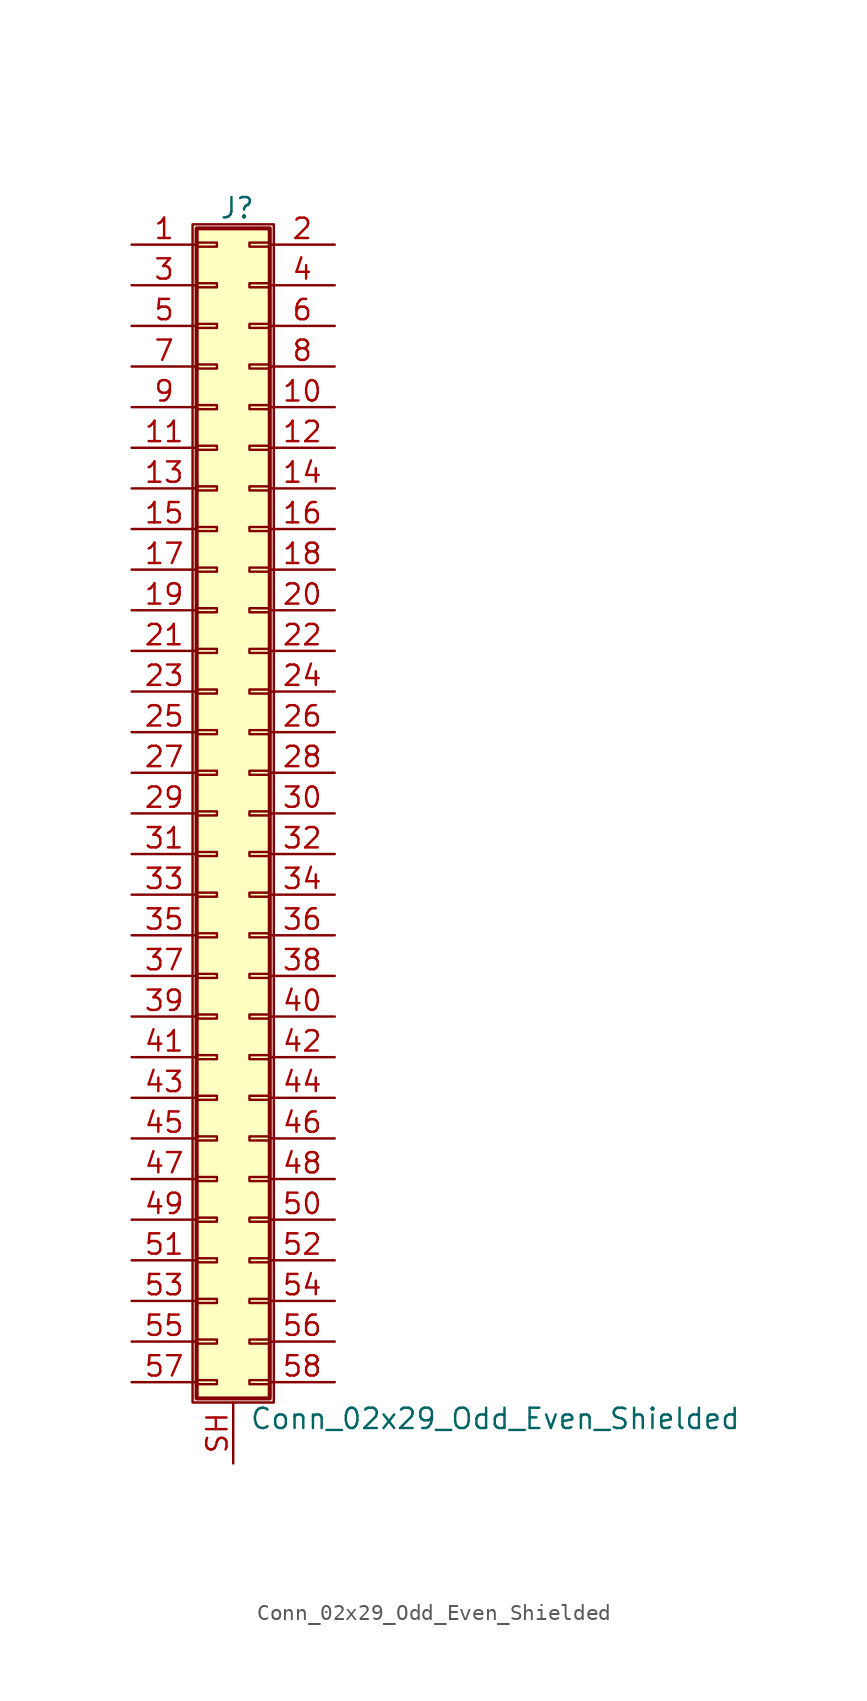
<source format=kicad_sym>
(kicad_symbol_lib
  (version 20201005)
  (generator kicad_symbol_editor)
  (symbol "Connector_Generic_Shielded:Conn_02x29_Odd_Even_Shielded"
    (pin_names
      (offset 1.016) hide)
    (property "Reference" "J"
      (at 1.524 37.846 0)
      (effects (font (size 1.27 1.27))))
    (property "Value" "Conn_02x29_Odd_Even_Shielded"
      (at 2.286 -37.846 0)
      (effects (font (size 1.27 1.27)) (justify left)))
    (symbol "Conn_02x29_Odd_Even_Shielded_1_1"
      (rectangle (start -1.016 -27.813) (end 0.254 -28.067) (stroke (width 0.152)) (fill (type none)))
      (rectangle (start -1.016 -30.353) (end 0.254 -30.607) (stroke (width 0.152)) (fill (type none)))
      (rectangle (start -1.016 -32.893) (end 0.254 -33.147) (stroke (width 0.152)) (fill (type none)))
      (rectangle (start -1.016 -35.433) (end 0.254 -35.687) (stroke (width 0.152)) (fill (type none)))
      (rectangle (start -1.016 -4.953) (end 0.254 -5.207) (stroke (width 0.152)) (fill (type none)))
      (rectangle (start -1.016 -7.493) (end 0.254 -7.747) (stroke (width 0.152)) (fill (type none)))
      (rectangle (start -1.016 -10.033) (end 0.254 -10.287) (stroke (width 0.152)) (fill (type none)))
      (rectangle (start -1.016 -12.573) (end 0.254 -12.827) (stroke (width 0.152)) (fill (type none)))
      (rectangle (start -1.016 -15.113) (end 0.254 -15.367) (stroke (width 0.152)) (fill (type none)))
      (rectangle (start -1.016 -17.653) (end 0.254 -17.907) (stroke (width 0.152)) (fill (type none)))
      (rectangle (start -1.016 -20.193) (end 0.254 -20.447) (stroke (width 0.152)) (fill (type none)))
      (rectangle (start -1.016 -22.733) (end 0.254 -22.987) (stroke (width 0.152)) (fill (type none)))
      (rectangle (start -1.016 -2.413) (end 0.254 -2.667) (stroke (width 0.152)) (fill (type none)))
      (rectangle (start -1.016 -25.273) (end 0.254 -25.527) (stroke (width 0.152)) (fill (type none)))
      (rectangle (start -1.016 25.527) (end 0.254 25.273) (stroke (width 0.152)) (fill (type none)))
      (rectangle (start -1.016 2.667) (end 0.254 2.413) (stroke (width 0.152)) (fill (type none)))
      (rectangle (start -1.016 28.067) (end 0.254 27.813) (stroke (width 0.152)) (fill (type none)))
      (rectangle (start -1.016 30.607) (end 0.254 30.353) (stroke (width 0.152)) (fill (type none)))
      (rectangle (start -1.016 33.147) (end 0.254 32.893) (stroke (width 0.152)) (fill (type none)))
      (rectangle (start -1.016 35.687) (end 0.254 35.433) (stroke (width 0.152)) (fill (type none)))
      (rectangle (start -1.016 36.576) (end 3.556 -36.576) (stroke (width 0.254)) (fill (type background)))
      (rectangle (start -1.016 5.207) (end 0.254 4.953) (stroke (width 0.152)) (fill (type none)))
      (rectangle (start -1.016 7.747) (end 0.254 7.493) (stroke (width 0.152)) (fill (type none)))
      (rectangle (start -1.016 10.287) (end 0.254 10.033) (stroke (width 0.152)) (fill (type none)))
      (rectangle (start -1.016 0.127) (end 0.254 -0.127) (stroke (width 0.152)) (fill (type none)))
      (rectangle (start -1.016 12.827) (end 0.254 12.573) (stroke (width 0.152)) (fill (type none)))
      (rectangle (start -1.016 15.367) (end 0.254 15.113) (stroke (width 0.152)) (fill (type none)))
      (rectangle (start -1.016 17.907) (end 0.254 17.653) (stroke (width 0.152)) (fill (type none)))
      (rectangle (start -1.016 20.447) (end 0.254 20.193) (stroke (width 0.152)) (fill (type none)))
      (rectangle (start -1.016 22.987) (end 0.254 22.733) (stroke (width 0.152)) (fill (type none)))
      (rectangle (start -1.27 36.83) (end 3.81 -36.83) (stroke (width 0.152)) (fill (type none)))
      (rectangle (start 3.556 -27.813) (end 2.286 -28.067) (stroke (width 0.152)) (fill (type none)))
      (rectangle (start 3.556 -30.353) (end 2.286 -30.607) (stroke (width 0.152)) (fill (type none)))
      (rectangle (start 3.556 -32.893) (end 2.286 -33.147) (stroke (width 0.152)) (fill (type none)))
      (rectangle (start 3.556 -35.433) (end 2.286 -35.687) (stroke (width 0.152)) (fill (type none)))
      (rectangle (start 3.556 -4.953) (end 2.286 -5.207) (stroke (width 0.152)) (fill (type none)))
      (rectangle (start 3.556 -7.493) (end 2.286 -7.747) (stroke (width 0.152)) (fill (type none)))
      (rectangle (start 3.556 -10.033) (end 2.286 -10.287) (stroke (width 0.152)) (fill (type none)))
      (rectangle (start 3.556 -12.573) (end 2.286 -12.827) (stroke (width 0.152)) (fill (type none)))
      (rectangle (start 3.556 -15.113) (end 2.286 -15.367) (stroke (width 0.152)) (fill (type none)))
      (rectangle (start 3.556 -17.653) (end 2.286 -17.907) (stroke (width 0.152)) (fill (type none)))
      (rectangle (start 3.556 -20.193) (end 2.286 -20.447) (stroke (width 0.152)) (fill (type none)))
      (rectangle (start 3.556 -22.733) (end 2.286 -22.987) (stroke (width 0.152)) (fill (type none)))
      (rectangle (start 3.556 -2.413) (end 2.286 -2.667) (stroke (width 0.152)) (fill (type none)))
      (rectangle (start 3.556 -25.273) (end 2.286 -25.527) (stroke (width 0.152)) (fill (type none)))
      (rectangle (start 3.556 25.527) (end 2.286 25.273) (stroke (width 0.152)) (fill (type none)))
      (rectangle (start 3.556 2.667) (end 2.286 2.413) (stroke (width 0.152)) (fill (type none)))
      (rectangle (start 3.556 28.067) (end 2.286 27.813) (stroke (width 0.152)) (fill (type none)))
      (rectangle (start 3.556 30.607) (end 2.286 30.353) (stroke (width 0.152)) (fill (type none)))
      (rectangle (start 3.556 33.147) (end 2.286 32.893) (stroke (width 0.152)) (fill (type none)))
      (rectangle (start 3.556 35.687) (end 2.286 35.433) (stroke (width 0.152)) (fill (type none)))
      (rectangle (start 3.556 5.207) (end 2.286 4.953) (stroke (width 0.152)) (fill (type none)))
      (rectangle (start 3.556 7.747) (end 2.286 7.493) (stroke (width 0.152)) (fill (type none)))
      (rectangle (start 3.556 10.287) (end 2.286 10.033) (stroke (width 0.152)) (fill (type none)))
      (rectangle (start 3.556 0.127) (end 2.286 -0.127) (stroke (width 0.152)) (fill (type none)))
      (rectangle (start 3.556 12.827) (end 2.286 12.573) (stroke (width 0.152)) (fill (type none)))
      (rectangle (start 3.556 15.367) (end 2.286 15.113) (stroke (width 0.152)) (fill (type none)))
      (rectangle (start 3.556 17.907) (end 2.286 17.653) (stroke (width 0.152)) (fill (type none)))
      (rectangle (start 3.556 20.447) (end 2.286 20.193) (stroke (width 0.152)) (fill (type none)))
      (rectangle (start 3.556 22.987) (end 2.286 22.733) (stroke (width 0.152)) (fill (type none)))
      (pin passive line (at -5.08 35.56 0) (length 4.064) (name "Pin_1" (effects (font (size 1.27 1.27)))) (number "1" (effects (font (size 1.27 1.27)))))
      (pin passive line (at 7.62 25.4 180) (length 4.064) (name "Pin_10" (effects (font (size 1.27 1.27)))) (number "10" (effects (font (size 1.27 1.27)))))
      (pin passive line (at -5.08 22.86 0) (length 4.064) (name "Pin_11" (effects (font (size 1.27 1.27)))) (number "11" (effects (font (size 1.27 1.27)))))
      (pin passive line (at 7.62 22.86 180) (length 4.064) (name "Pin_12" (effects (font (size 1.27 1.27)))) (number "12" (effects (font (size 1.27 1.27)))))
      (pin passive line (at -5.08 20.32 0) (length 4.064) (name "Pin_13" (effects (font (size 1.27 1.27)))) (number "13" (effects (font (size 1.27 1.27)))))
      (pin passive line (at 7.62 20.32 180) (length 4.064) (name "Pin_14" (effects (font (size 1.27 1.27)))) (number "14" (effects (font (size 1.27 1.27)))))
      (pin passive line (at -5.08 17.78 0) (length 4.064) (name "Pin_15" (effects (font (size 1.27 1.27)))) (number "15" (effects (font (size 1.27 1.27)))))
      (pin passive line (at 7.62 17.78 180) (length 4.064) (name "Pin_16" (effects (font (size 1.27 1.27)))) (number "16" (effects (font (size 1.27 1.27)))))
      (pin passive line (at -5.08 15.24 0) (length 4.064) (name "Pin_17" (effects (font (size 1.27 1.27)))) (number "17" (effects (font (size 1.27 1.27)))))
      (pin passive line (at 7.62 15.24 180) (length 4.064) (name "Pin_18" (effects (font (size 1.27 1.27)))) (number "18" (effects (font (size 1.27 1.27)))))
      (pin passive line (at -5.08 12.7 0) (length 4.064) (name "Pin_19" (effects (font (size 1.27 1.27)))) (number "19" (effects (font (size 1.27 1.27)))))
      (pin passive line (at 7.62 35.56 180) (length 4.064) (name "Pin_2" (effects (font (size 1.27 1.27)))) (number "2" (effects (font (size 1.27 1.27)))))
      (pin passive line (at 7.62 12.7 180) (length 4.064) (name "Pin_20" (effects (font (size 1.27 1.27)))) (number "20" (effects (font (size 1.27 1.27)))))
      (pin passive line (at -5.08 10.16 0) (length 4.064) (name "Pin_21" (effects (font (size 1.27 1.27)))) (number "21" (effects (font (size 1.27 1.27)))))
      (pin passive line (at 7.62 10.16 180) (length 4.064) (name "Pin_22" (effects (font (size 1.27 1.27)))) (number "22" (effects (font (size 1.27 1.27)))))
      (pin passive line (at -5.08 7.62 0) (length 4.064) (name "Pin_23" (effects (font (size 1.27 1.27)))) (number "23" (effects (font (size 1.27 1.27)))))
      (pin passive line (at 7.62 7.62 180) (length 4.064) (name "Pin_24" (effects (font (size 1.27 1.27)))) (number "24" (effects (font (size 1.27 1.27)))))
      (pin passive line (at -5.08 5.08 0) (length 4.064) (name "Pin_25" (effects (font (size 1.27 1.27)))) (number "25" (effects (font (size 1.27 1.27)))))
      (pin passive line (at 7.62 5.08 180) (length 4.064) (name "Pin_26" (effects (font (size 1.27 1.27)))) (number "26" (effects (font (size 1.27 1.27)))))
      (pin passive line (at -5.08 2.54 0) (length 4.064) (name "Pin_27" (effects (font (size 1.27 1.27)))) (number "27" (effects (font (size 1.27 1.27)))))
      (pin passive line (at 7.62 2.54 180) (length 4.064) (name "Pin_28" (effects (font (size 1.27 1.27)))) (number "28" (effects (font (size 1.27 1.27)))))
      (pin passive line (at -5.08 0 0) (length 4.064) (name "Pin_29" (effects (font (size 1.27 1.27)))) (number "29" (effects (font (size 1.27 1.27)))))
      (pin passive line (at -5.08 33.02 0) (length 4.064) (name "Pin_3" (effects (font (size 1.27 1.27)))) (number "3" (effects (font (size 1.27 1.27)))))
      (pin passive line (at 7.62 0 180) (length 4.064) (name "Pin_30" (effects (font (size 1.27 1.27)))) (number "30" (effects (font (size 1.27 1.27)))))
      (pin passive line (at -5.08 -2.54 0) (length 4.064) (name "Pin_31" (effects (font (size 1.27 1.27)))) (number "31" (effects (font (size 1.27 1.27)))))
      (pin passive line (at 7.62 -2.54 180) (length 4.064) (name "Pin_32" (effects (font (size 1.27 1.27)))) (number "32" (effects (font (size 1.27 1.27)))))
      (pin passive line (at -5.08 -5.08 0) (length 4.064) (name "Pin_33" (effects (font (size 1.27 1.27)))) (number "33" (effects (font (size 1.27 1.27)))))
      (pin passive line (at 7.62 -5.08 180) (length 4.064) (name "Pin_34" (effects (font (size 1.27 1.27)))) (number "34" (effects (font (size 1.27 1.27)))))
      (pin passive line (at -5.08 -7.62 0) (length 4.064) (name "Pin_35" (effects (font (size 1.27 1.27)))) (number "35" (effects (font (size 1.27 1.27)))))
      (pin passive line (at 7.62 -7.62 180) (length 4.064) (name "Pin_36" (effects (font (size 1.27 1.27)))) (number "36" (effects (font (size 1.27 1.27)))))
      (pin passive line (at -5.08 -10.16 0) (length 4.064) (name "Pin_37" (effects (font (size 1.27 1.27)))) (number "37" (effects (font (size 1.27 1.27)))))
      (pin passive line (at 7.62 -10.16 180) (length 4.064) (name "Pin_38" (effects (font (size 1.27 1.27)))) (number "38" (effects (font (size 1.27 1.27)))))
      (pin passive line (at -5.08 -12.7 0) (length 4.064) (name "Pin_39" (effects (font (size 1.27 1.27)))) (number "39" (effects (font (size 1.27 1.27)))))
      (pin passive line (at 7.62 33.02 180) (length 4.064) (name "Pin_4" (effects (font (size 1.27 1.27)))) (number "4" (effects (font (size 1.27 1.27)))))
      (pin passive line (at 7.62 -12.7 180) (length 4.064) (name "Pin_40" (effects (font (size 1.27 1.27)))) (number "40" (effects (font (size 1.27 1.27)))))
      (pin passive line (at -5.08 -15.24 0) (length 4.064) (name "Pin_41" (effects (font (size 1.27 1.27)))) (number "41" (effects (font (size 1.27 1.27)))))
      (pin passive line (at 7.62 -15.24 180) (length 4.064) (name "Pin_42" (effects (font (size 1.27 1.27)))) (number "42" (effects (font (size 1.27 1.27)))))
      (pin passive line (at -5.08 -17.78 0) (length 4.064) (name "Pin_43" (effects (font (size 1.27 1.27)))) (number "43" (effects (font (size 1.27 1.27)))))
      (pin passive line (at 7.62 -17.78 180) (length 4.064) (name "Pin_44" (effects (font (size 1.27 1.27)))) (number "44" (effects (font (size 1.27 1.27)))))
      (pin passive line (at -5.08 -20.32 0) (length 4.064) (name "Pin_45" (effects (font (size 1.27 1.27)))) (number "45" (effects (font (size 1.27 1.27)))))
      (pin passive line (at 7.62 -20.32 180) (length 4.064) (name "Pin_46" (effects (font (size 1.27 1.27)))) (number "46" (effects (font (size 1.27 1.27)))))
      (pin passive line (at -5.08 -22.86 0) (length 4.064) (name "Pin_47" (effects (font (size 1.27 1.27)))) (number "47" (effects (font (size 1.27 1.27)))))
      (pin passive line (at 7.62 -22.86 180) (length 4.064) (name "Pin_48" (effects (font (size 1.27 1.27)))) (number "48" (effects (font (size 1.27 1.27)))))
      (pin passive line (at -5.08 -25.4 0) (length 4.064) (name "Pin_49" (effects (font (size 1.27 1.27)))) (number "49" (effects (font (size 1.27 1.27)))))
      (pin passive line (at -5.08 30.48 0) (length 4.064) (name "Pin_5" (effects (font (size 1.27 1.27)))) (number "5" (effects (font (size 1.27 1.27)))))
      (pin passive line (at 7.62 -25.4 180) (length 4.064) (name "Pin_50" (effects (font (size 1.27 1.27)))) (number "50" (effects (font (size 1.27 1.27)))))
      (pin passive line (at -5.08 -27.94 0) (length 4.064) (name "Pin_51" (effects (font (size 1.27 1.27)))) (number "51" (effects (font (size 1.27 1.27)))))
      (pin passive line (at 7.62 -27.94 180) (length 4.064) (name "Pin_52" (effects (font (size 1.27 1.27)))) (number "52" (effects (font (size 1.27 1.27)))))
      (pin passive line (at -5.08 -30.48 0) (length 4.064) (name "Pin_53" (effects (font (size 1.27 1.27)))) (number "53" (effects (font (size 1.27 1.27)))))
      (pin passive line (at 7.62 -30.48 180) (length 4.064) (name "Pin_54" (effects (font (size 1.27 1.27)))) (number "54" (effects (font (size 1.27 1.27)))))
      (pin passive line (at -5.08 -33.02 0) (length 4.064) (name "Pin_55" (effects (font (size 1.27 1.27)))) (number "55" (effects (font (size 1.27 1.27)))))
      (pin passive line (at 7.62 -33.02 180) (length 4.064) (name "Pin_56" (effects (font (size 1.27 1.27)))) (number "56" (effects (font (size 1.27 1.27)))))
      (pin passive line (at -5.08 -35.56 0) (length 4.064) (name "Pin_57" (effects (font (size 1.27 1.27)))) (number "57" (effects (font (size 1.27 1.27)))))
      (pin passive line (at 7.62 -35.56 180) (length 4.064) (name "Pin_58" (effects (font (size 1.27 1.27)))) (number "58" (effects (font (size 1.27 1.27)))))
      (pin passive line (at 7.62 30.48 180) (length 4.064) (name "Pin_6" (effects (font (size 1.27 1.27)))) (number "6" (effects (font (size 1.27 1.27)))))
      (pin passive line (at -5.08 27.94 0) (length 4.064) (name "Pin_7" (effects (font (size 1.27 1.27)))) (number "7" (effects (font (size 1.27 1.27)))))
      (pin passive line (at 7.62 27.94 180) (length 4.064) (name "Pin_8" (effects (font (size 1.27 1.27)))) (number "8" (effects (font (size 1.27 1.27)))))
      (pin passive line (at -5.08 25.4 0) (length 4.064) (name "Pin_9" (effects (font (size 1.27 1.27)))) (number "9" (effects (font (size 1.27 1.27)))))
      (pin passive line (at 1.27 -40.64 90) (length 3.81) (name "Shield" (effects (font (size 1.27 1.27)))) (number "SH" (effects (font (size 1.27 1.27))))))))
</source>
